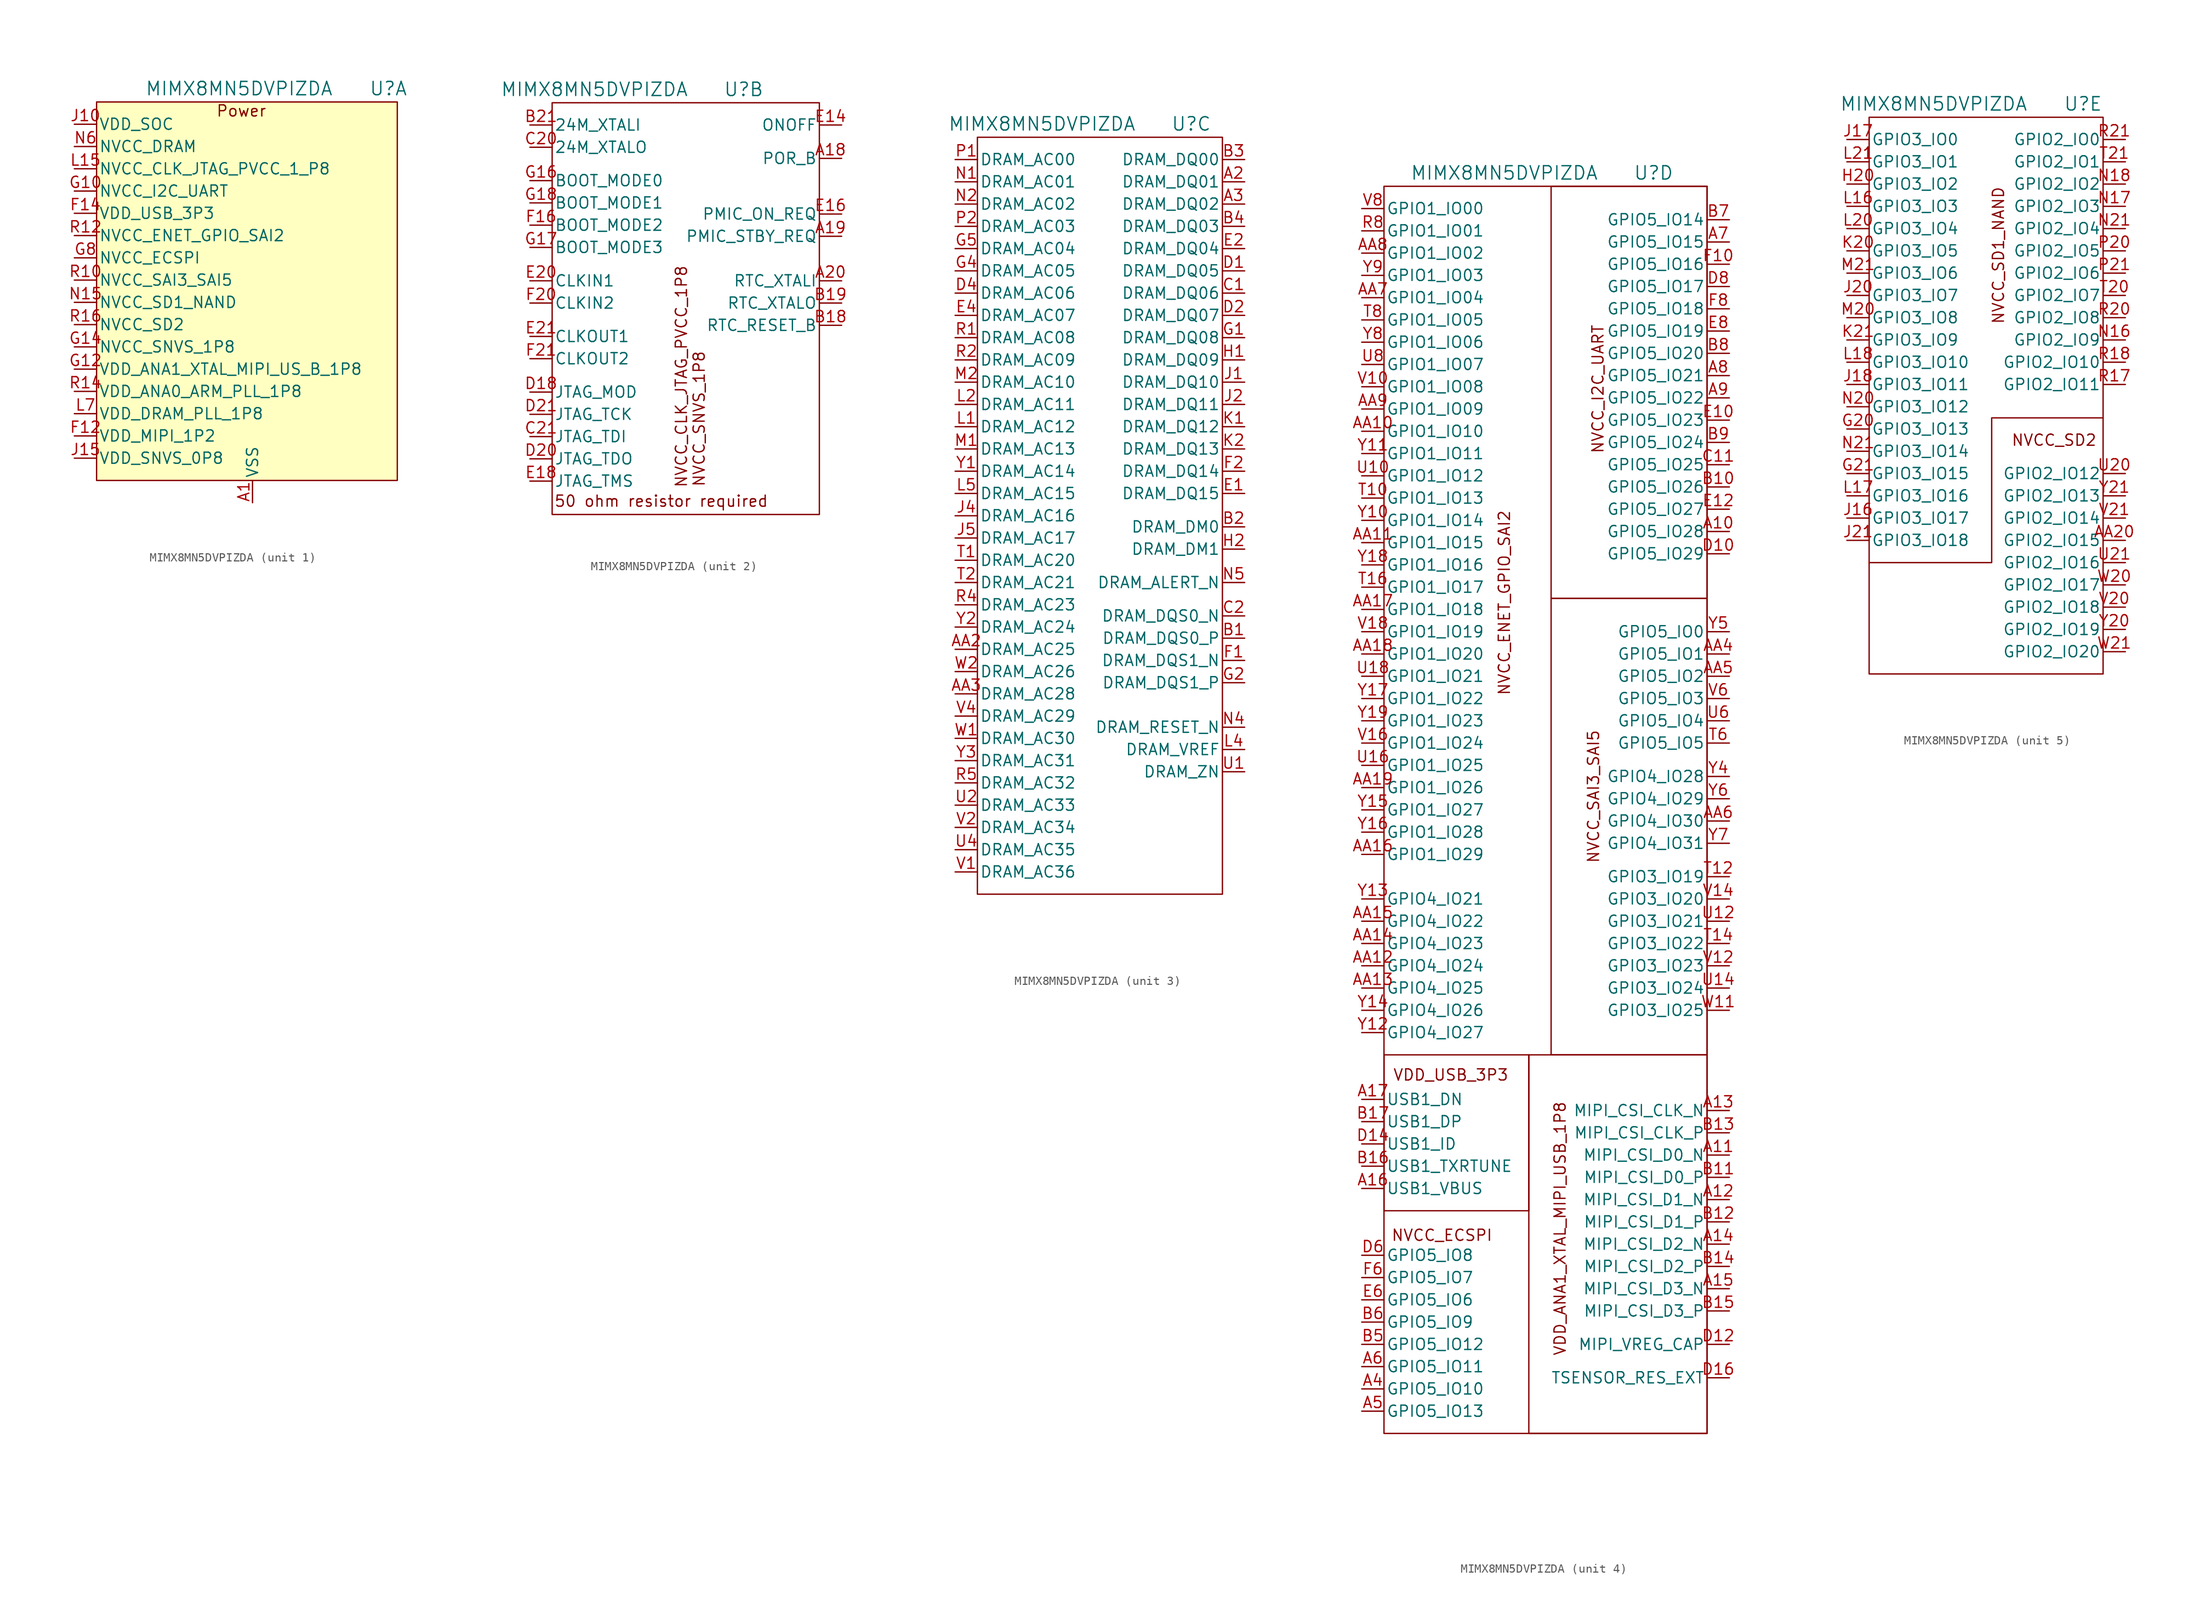
<source format=kicad_sym>
(kicad_symbol_lib
  (version 20241209)
  (generator "kicad_symbol_editor")
  (generator_version "9.0")
  (symbol "MIMX8MN5DVPIZDA"
    (pin_names
      (offset 0.254))
    (property "Reference" "U"
      (at -1.016 1.524 0)
      (effects (font (size 1.524 1.524))))
    (property "Value" "MIMX8MN5DVPIZDA"
      (at -18.034 1.524 0)
      (effects (font (size 1.524 1.524))))
    (property "ki_locked" ""
      (at 0 0 0)
      (effects (font (size 1.27 1.27))))
    (symbol "MIMX8MN5DVPIZDA_1_0"
      (pin power_in line (at -36.83 -2.54 0) (length 2.54) (name "VDD_SOC" (effects (font (size 1.27 1.27)))) (number "J10" (effects (font (size 1.27 1.27)))))
      (pin power_in line (at -36.83 -2.54 0) (length 2.54) (hide yes) (name "VDD_SOC" (effects (font (size 1.27 1.27)))) (number "J11" (effects (font (size 1.27 1.27)))))
      (pin power_in line (at -36.83 -2.54 0) (length 2.54) (hide yes) (name "VDD_SOC" (effects (font (size 1.27 1.27)))) (number "J12" (effects (font (size 1.27 1.27)))))
      (pin power_in line (at -36.83 -2.54 0) (length 2.54) (hide yes) (name "VDD_SOC" (effects (font (size 1.27 1.27)))) (number "J13" (effects (font (size 1.27 1.27)))))
      (pin power_in line (at -36.83 -2.54 0) (length 2.54) (hide yes) (name "VDD_SOC" (effects (font (size 1.27 1.27)))) (number "J9" (effects (font (size 1.27 1.27)))))
      (pin power_in line (at -36.83 -2.54 0) (length 2.54) (hide yes) (name "VDD_SOC" (effects (font (size 1.27 1.27)))) (number "K10" (effects (font (size 1.27 1.27)))))
      (pin power_in line (at -36.83 -2.54 0) (length 2.54) (hide yes) (name "VDD_SOC" (effects (font (size 1.27 1.27)))) (number "K12" (effects (font (size 1.27 1.27)))))
      (pin power_in line (at -36.83 -2.54 0) (length 2.54) (hide yes) (name "VDD_SOC" (effects (font (size 1.27 1.27)))) (number "L10" (effects (font (size 1.27 1.27)))))
      (pin power_in line (at -36.83 -2.54 0) (length 2.54) (hide yes) (name "VDD_SOC" (effects (font (size 1.27 1.27)))) (number "L12" (effects (font (size 1.27 1.27)))))
      (pin power_in line (at -36.83 -2.54 0) (length 2.54) (hide yes) (name "VDD_SOC" (effects (font (size 1.27 1.27)))) (number "L13" (effects (font (size 1.27 1.27)))))
      (pin power_in line (at -36.83 -2.54 0) (length 2.54) (hide yes) (name "VDD_SOC" (effects (font (size 1.27 1.27)))) (number "L9" (effects (font (size 1.27 1.27)))))
      (pin power_in line (at -36.83 -2.54 0) (length 2.54) (hide yes) (name "VDD_SOC" (effects (font (size 1.27 1.27)))) (number "M10" (effects (font (size 1.27 1.27)))))
      (pin power_in line (at -36.83 -2.54 0) (length 2.54) (hide yes) (name "VDD_SOC" (effects (font (size 1.27 1.27)))) (number "M12" (effects (font (size 1.27 1.27)))))
      (pin power_in line (at -36.83 -2.54 0) (length 2.54) (hide yes) (name "VDD_SOC" (effects (font (size 1.27 1.27)))) (number "N10" (effects (font (size 1.27 1.27)))))
      (pin power_in line (at -36.83 -2.54 0) (length 2.54) (hide yes) (name "VDD_SOC" (effects (font (size 1.27 1.27)))) (number "N11" (effects (font (size 1.27 1.27)))))
      (pin power_in line (at -36.83 -2.54 0) (length 2.54) (hide yes) (name "VDD_SOC" (effects (font (size 1.27 1.27)))) (number "N12" (effects (font (size 1.27 1.27)))))
      (pin power_in line (at -36.83 -2.54 0) (length 2.54) (hide yes) (name "VDD_SOC" (effects (font (size 1.27 1.27)))) (number "N13" (effects (font (size 1.27 1.27)))))
      (pin power_in line (at -36.83 -2.54 0) (length 2.54) (hide yes) (name "VDD_SOC" (effects (font (size 1.27 1.27)))) (number "N9" (effects (font (size 1.27 1.27)))))
      (pin power_in line (at -36.83 -5.08 0) (length 2.54) (hide yes) (name "NVCC_DRAM" (effects (font (size 1.27 1.27)))) (number "G6" (effects (font (size 1.27 1.27)))))
      (pin power_in line (at -36.83 -5.08 0) (length 2.54) (hide yes) (name "NVCC_DRAM" (effects (font (size 1.27 1.27)))) (number "J6" (effects (font (size 1.27 1.27)))))
      (pin power_in line (at -36.83 -5.08 0) (length 2.54) (hide yes) (name "NVCC_DRAM" (effects (font (size 1.27 1.27)))) (number "J7" (effects (font (size 1.27 1.27)))))
      (pin power_in line (at -36.83 -5.08 0) (length 2.54) (hide yes) (name "NVCC_DRAM" (effects (font (size 1.27 1.27)))) (number "L6" (effects (font (size 1.27 1.27)))))
      (pin power_in line (at -36.83 -5.08 0) (length 2.54) (name "NVCC_DRAM" (effects (font (size 1.27 1.27)))) (number "N6" (effects (font (size 1.27 1.27)))))
      (pin power_in line (at -36.83 -5.08 0) (length 2.54) (hide yes) (name "NVCC_DRAM" (effects (font (size 1.27 1.27)))) (number "N7" (effects (font (size 1.27 1.27)))))
      (pin power_in line (at -36.83 -5.08 0) (length 2.54) (hide yes) (name "NVCC_DRAM" (effects (font (size 1.27 1.27)))) (number "R6" (effects (font (size 1.27 1.27)))))
      (pin power_in line (at -36.83 -7.62 0) (length 2.54) (name "NVCC_CLK_JTAG_PVCC_1_P8" (effects (font (size 1.27 1.27)))) (number "L15" (effects (font (size 1.27 1.27)))))
      (pin power_in line (at -36.83 -10.16 0) (length 2.54) (name "NVCC_I2C_UART" (effects (font (size 1.27 1.27)))) (number "G10" (effects (font (size 1.27 1.27)))))
      (pin power_in line (at -36.83 -12.7 0) (length 2.54) (name "VDD_USB_3P3" (effects (font (size 1.27 1.27)))) (number "F14" (effects (font (size 1.27 1.27)))))
      (pin power_in line (at -36.83 -15.24 0) (length 2.54) (name "NVCC_ENET_GPIO_SAI2" (effects (font (size 1.27 1.27)))) (number "R12" (effects (font (size 1.27 1.27)))))
      (pin power_in line (at -36.83 -17.78 0) (length 2.54) (name "NVCC_ECSPI" (effects (font (size 1.27 1.27)))) (number "G8" (effects (font (size 1.27 1.27)))))
      (pin power_in line (at -36.83 -20.32 0) (length 2.54) (name "NVCC_SAI3_SAI5" (effects (font (size 1.27 1.27)))) (number "R10" (effects (font (size 1.27 1.27)))))
      (pin power_in line (at -36.83 -22.86 0) (length 2.54) (name "NVCC_SD1_NAND" (effects (font (size 1.27 1.27)))) (number "N15" (effects (font (size 1.27 1.27)))))
      (pin power_in line (at -36.83 -25.4 0) (length 2.54) (name "NVCC_SD2" (effects (font (size 1.27 1.27)))) (number "R16" (effects (font (size 1.27 1.27)))))
      (pin power_in line (at -36.83 -27.94 0) (length 2.54) (name "NVCC_SNVS_1P8" (effects (font (size 1.27 1.27)))) (number "G14" (effects (font (size 1.27 1.27)))))
      (pin power_in line (at -36.83 -30.48 0) (length 2.54) (name "VDD_ANA1_XTAL_MIPI_US_B_1P8" (effects (font (size 1.27 1.27)))) (number "G12" (effects (font (size 1.27 1.27)))))
      (pin power_in line (at -36.83 -33.02 0) (length 2.54) (name "VDD_ANA0_ARM_PLL_1P8" (effects (font (size 1.27 1.27)))) (number "R14" (effects (font (size 1.27 1.27)))))
      (pin power_in line (at -36.83 -35.56 0) (length 2.54) (name "VDD_DRAM_PLL_1P8" (effects (font (size 1.27 1.27)))) (number "L7" (effects (font (size 1.27 1.27)))))
      (pin power_in line (at -36.83 -38.1 0) (length 2.54) (name "VDD_MIPI_1P2" (effects (font (size 1.27 1.27)))) (number "F12" (effects (font (size 1.27 1.27)))))
      (pin power_in line (at -36.83 -40.64 0) (length 2.54) (name "VDD_SNVS_0P8" (effects (font (size 1.27 1.27)))) (number "J15" (effects (font (size 1.27 1.27)))))
      (pin power_in line (at -16.51 -45.72 90) (length 2.54) (name "VSS" (effects (font (size 1.27 1.27)))) (number "A1" (effects (font (size 1.27 1.27)))))
      (pin power_in line (at -16.51 -45.72 90) (length 2.54) (hide yes) (name "VSS" (effects (font (size 1.27 1.27)))) (number "A21" (effects (font (size 1.27 1.27)))))
      (pin power_in line (at -16.51 -45.72 90) (length 2.54) (hide yes) (name "VSS" (effects (font (size 1.27 1.27)))) (number "AA1" (effects (font (size 1.27 1.27)))))
      (pin power_in line (at -16.51 -45.72 90) (length 2.54) (hide yes) (name "VSS" (effects (font (size 1.27 1.27)))) (number "AA21" (effects (font (size 1.27 1.27)))))
      (pin power_in line (at -16.51 -45.72 90) (length 2.54) (hide yes) (name "VSS" (effects (font (size 1.27 1.27)))) (number "B20" (effects (font (size 1.27 1.27)))))
      (pin power_in line (at -16.51 -45.72 90) (length 2.54) (hide yes) (name "VSS" (effects (font (size 1.27 1.27)))) (number "C10" (effects (font (size 1.27 1.27)))))
      (pin power_in line (at -16.51 -45.72 90) (length 2.54) (hide yes) (name "VSS" (effects (font (size 1.27 1.27)))) (number "C12" (effects (font (size 1.27 1.27)))))
      (pin power_in line (at -16.51 -45.72 90) (length 2.54) (hide yes) (name "VSS" (effects (font (size 1.27 1.27)))) (number "C14" (effects (font (size 1.27 1.27)))))
      (pin power_in line (at -16.51 -45.72 90) (length 2.54) (hide yes) (name "VSS" (effects (font (size 1.27 1.27)))) (number "C16" (effects (font (size 1.27 1.27)))))
      (pin power_in line (at -16.51 -45.72 90) (length 2.54) (hide yes) (name "VSS" (effects (font (size 1.27 1.27)))) (number "C18" (effects (font (size 1.27 1.27)))))
      (pin power_in line (at -16.51 -45.72 90) (length 2.54) (hide yes) (name "VSS" (effects (font (size 1.27 1.27)))) (number "C4" (effects (font (size 1.27 1.27)))))
      (pin power_in line (at -16.51 -45.72 90) (length 2.54) (hide yes) (name "VSS" (effects (font (size 1.27 1.27)))) (number "C6" (effects (font (size 1.27 1.27)))))
      (pin power_in line (at -16.51 -45.72 90) (length 2.54) (hide yes) (name "VSS" (effects (font (size 1.27 1.27)))) (number "C8" (effects (font (size 1.27 1.27)))))
      (pin power_in line (at -16.51 -45.72 90) (length 2.54) (hide yes) (name "VSS" (effects (font (size 1.27 1.27)))) (number "E19" (effects (font (size 1.27 1.27)))))
      (pin power_in line (at -16.51 -45.72 90) (length 2.54) (hide yes) (name "VSS" (effects (font (size 1.27 1.27)))) (number "E3" (effects (font (size 1.27 1.27)))))
      (pin power_in line (at -16.51 -45.72 90) (length 2.54) (hide yes) (name "VSS" (effects (font (size 1.27 1.27)))) (number "G19" (effects (font (size 1.27 1.27)))))
      (pin power_in line (at -16.51 -45.72 90) (length 2.54) (hide yes) (name "VSS" (effects (font (size 1.27 1.27)))) (number "G3" (effects (font (size 1.27 1.27)))))
      (pin power_in line (at -16.51 -45.72 90) (length 2.54) (hide yes) (name "VSS" (effects (font (size 1.27 1.27)))) (number "H10" (effects (font (size 1.27 1.27)))))
      (pin power_in line (at -16.51 -45.72 90) (length 2.54) (hide yes) (name "VSS" (effects (font (size 1.27 1.27)))) (number "H12" (effects (font (size 1.27 1.27)))))
      (pin power_in line (at -16.51 -45.72 90) (length 2.54) (hide yes) (name "VSS" (effects (font (size 1.27 1.27)))) (number "H14" (effects (font (size 1.27 1.27)))))
      (pin power_in line (at -16.51 -45.72 90) (length 2.54) (hide yes) (name "VSS" (effects (font (size 1.27 1.27)))) (number "H8" (effects (font (size 1.27 1.27)))))
      (pin power_in line (at -16.51 -45.72 90) (length 2.54) (hide yes) (name "VSS" (effects (font (size 1.27 1.27)))) (number "J14" (effects (font (size 1.27 1.27)))))
      (pin power_in line (at -16.51 -45.72 90) (length 2.54) (hide yes) (name "VSS" (effects (font (size 1.27 1.27)))) (number "J19" (effects (font (size 1.27 1.27)))))
      (pin power_in line (at -16.51 -45.72 90) (length 2.54) (hide yes) (name "VSS" (effects (font (size 1.27 1.27)))) (number "J3" (effects (font (size 1.27 1.27)))))
      (pin power_in line (at -16.51 -45.72 90) (length 2.54) (hide yes) (name "VSS" (effects (font (size 1.27 1.27)))) (number "J8" (effects (font (size 1.27 1.27)))))
      (pin power_in line (at -16.51 -45.72 90) (length 2.54) (hide yes) (name "VSS" (effects (font (size 1.27 1.27)))) (number "K11" (effects (font (size 1.27 1.27)))))
      (pin power_in line (at -16.51 -45.72 90) (length 2.54) (hide yes) (name "VSS" (effects (font (size 1.27 1.27)))) (number "L14" (effects (font (size 1.27 1.27)))))
      (pin power_in line (at -16.51 -45.72 90) (length 2.54) (hide yes) (name "VSS" (effects (font (size 1.27 1.27)))) (number "L19" (effects (font (size 1.27 1.27)))))
      (pin power_in line (at -16.51 -45.72 90) (length 2.54) (hide yes) (name "VSS" (effects (font (size 1.27 1.27)))) (number "L3" (effects (font (size 1.27 1.27)))))
      (pin power_in line (at -16.51 -45.72 90) (length 2.54) (hide yes) (name "VSS" (effects (font (size 1.27 1.27)))) (number "L8" (effects (font (size 1.27 1.27)))))
      (pin power_in line (at -16.51 -45.72 90) (length 2.54) (hide yes) (name "VSS" (effects (font (size 1.27 1.27)))) (number "M11" (effects (font (size 1.27 1.27)))))
      (pin power_in line (at -16.51 -45.72 90) (length 2.54) (hide yes) (name "VSS" (effects (font (size 1.27 1.27)))) (number "N14" (effects (font (size 1.27 1.27)))))
      (pin power_in line (at -16.51 -45.72 90) (length 2.54) (hide yes) (name "VSS" (effects (font (size 1.27 1.27)))) (number "N19" (effects (font (size 1.27 1.27)))))
      (pin power_in line (at -16.51 -45.72 90) (length 2.54) (hide yes) (name "VSS" (effects (font (size 1.27 1.27)))) (number "N3" (effects (font (size 1.27 1.27)))))
      (pin power_in line (at -16.51 -45.72 90) (length 2.54) (hide yes) (name "VSS" (effects (font (size 1.27 1.27)))) (number "N8" (effects (font (size 1.27 1.27)))))
      (pin power_in line (at -16.51 -45.72 90) (length 2.54) (hide yes) (name "VSS" (effects (font (size 1.27 1.27)))) (number "P10" (effects (font (size 1.27 1.27)))))
      (pin power_in line (at -16.51 -45.72 90) (length 2.54) (hide yes) (name "VSS" (effects (font (size 1.27 1.27)))) (number "P12" (effects (font (size 1.27 1.27)))))
      (pin power_in line (at -16.51 -45.72 90) (length 2.54) (hide yes) (name "VSS" (effects (font (size 1.27 1.27)))) (number "P14" (effects (font (size 1.27 1.27)))))
      (pin power_in line (at -16.51 -45.72 90) (length 2.54) (hide yes) (name "VSS" (effects (font (size 1.27 1.27)))) (number "P8" (effects (font (size 1.27 1.27)))))
      (pin power_in line (at -16.51 -45.72 90) (length 2.54) (hide yes) (name "VSS" (effects (font (size 1.27 1.27)))) (number "R19" (effects (font (size 1.27 1.27)))))
      (pin power_in line (at -16.51 -45.72 90) (length 2.54) (hide yes) (name "VSS" (effects (font (size 1.27 1.27)))) (number "R3" (effects (font (size 1.27 1.27)))))
      (pin power_in line (at -16.51 -45.72 90) (length 2.54) (hide yes) (name "VSS" (effects (font (size 1.27 1.27)))) (number "U19" (effects (font (size 1.27 1.27)))))
      (pin power_in line (at -16.51 -45.72 90) (length 2.54) (hide yes) (name "VSS" (effects (font (size 1.27 1.27)))) (number "U3" (effects (font (size 1.27 1.27)))))
      (pin power_in line (at -16.51 -45.72 90) (length 2.54) (hide yes) (name "VSS" (effects (font (size 1.27 1.27)))) (number "W10" (effects (font (size 1.27 1.27)))))
      (pin power_in line (at -16.51 -45.72 90) (length 2.54) (hide yes) (name "VSS" (effects (font (size 1.27 1.27)))) (number "W12" (effects (font (size 1.27 1.27)))))
      (pin power_in line (at -16.51 -45.72 90) (length 2.54) (hide yes) (name "VSS" (effects (font (size 1.27 1.27)))) (number "W14" (effects (font (size 1.27 1.27)))))
      (pin power_in line (at -16.51 -45.72 90) (length 2.54) (hide yes) (name "VSS" (effects (font (size 1.27 1.27)))) (number "W16" (effects (font (size 1.27 1.27)))))
      (pin power_in line (at -16.51 -45.72 90) (length 2.54) (hide yes) (name "VSS" (effects (font (size 1.27 1.27)))) (number "W18" (effects (font (size 1.27 1.27)))))
      (pin power_in line (at -16.51 -45.72 90) (length 2.54) (hide yes) (name "VSS" (effects (font (size 1.27 1.27)))) (number "W4" (effects (font (size 1.27 1.27)))))
      (pin power_in line (at -16.51 -45.72 90) (length 2.54) (hide yes) (name "VSS" (effects (font (size 1.27 1.27)))) (number "W6" (effects (font (size 1.27 1.27)))))
      (pin power_in line (at -16.51 -45.72 90) (length 2.54) (hide yes) (name "VSS" (effects (font (size 1.27 1.27)))) (number "W8" (effects (font (size 1.27 1.27))))))
    (symbol "MIMX8MN5DVPIZDA_1_1"
      (rectangle (start -34.29 0) (end 0 -43.18) (stroke (width 0) (type solid)) (fill (type background)))
      (text "Power" (at -17.78 -1.016 0) (effects (font (size 1.27 1.27)))))
    (symbol "MIMX8MN5DVPIZDA_2_1"
      (rectangle (start -22.86 0) (end 7.62 -46.99) (stroke (width 0) (type default)) (fill (type none)))
      (text "50 ohm resistor required" (at -10.414 -45.466 0) (effects (font (size 1.27 1.27))))
      (text "NVCC_CLK_JTAG_PVCC_1P8" (at -8.128 -31.242 900) (effects (font (size 1.27 1.27))))
      (text "NVCC_SNVS_1P8" (at -6.096 -36.068 900) (effects (font (size 1.27 1.27))))
      (pin input line (at -25.4 -2.54 0) (length 2.54) (name "24M_XTALI" (effects (font (size 1.27 1.27)))) (number "B21" (effects (font (size 1.27 1.27)))))
      (pin output line (at -25.4 -5.08 0) (length 2.54) (name "24M_XTALO" (effects (font (size 1.27 1.27)))) (number "C20" (effects (font (size 1.27 1.27)))))
      (pin input line (at -25.4 -8.89 0) (length 2.54) (name "BOOT_MODE0" (effects (font (size 1.27 1.27)))) (number "G16" (effects (font (size 1.27 1.27)))))
      (pin input line (at -25.4 -11.43 0) (length 2.54) (name "BOOT_MODE1" (effects (font (size 1.27 1.27)))) (number "G18" (effects (font (size 1.27 1.27)))))
      (pin input line (at -25.4 -13.97 0) (length 2.54) (name "BOOT_MODE2" (effects (font (size 1.27 1.27)))) (number "F16" (effects (font (size 1.27 1.27)))))
      (pin input line (at -25.4 -16.51 0) (length 2.54) (name "BOOT_MODE3" (effects (font (size 1.27 1.27)))) (number "G17" (effects (font (size 1.27 1.27)))))
      (pin input line (at -25.4 -20.32 0) (length 2.54) (name "CLKIN1" (effects (font (size 1.27 1.27)))) (number "E20" (effects (font (size 1.27 1.27)))))
      (pin input line (at -25.4 -22.86 0) (length 2.54) (name "CLKIN2" (effects (font (size 1.27 1.27)))) (number "F20" (effects (font (size 1.27 1.27)))))
      (pin output line (at -25.4 -26.67 0) (length 2.54) (name "CLKOUT1" (effects (font (size 1.27 1.27)))) (number "E21" (effects (font (size 1.27 1.27)))))
      (pin output line (at -25.4 -29.21 0) (length 2.54) (name "CLKOUT2" (effects (font (size 1.27 1.27)))) (number "F21" (effects (font (size 1.27 1.27)))))
      (pin input line (at -25.4 -33.02 0) (length 2.54) (name "JTAG_MOD" (effects (font (size 1.27 1.27)))) (number "D18" (effects (font (size 1.27 1.27)))))
      (pin input line (at -25.4 -35.56 0) (length 2.54) (name "JTAG_TCK" (effects (font (size 1.27 1.27)))) (number "D21" (effects (font (size 1.27 1.27)))))
      (pin input line (at -25.4 -38.1 0) (length 2.54) (name "JTAG_TDI" (effects (font (size 1.27 1.27)))) (number "C21" (effects (font (size 1.27 1.27)))))
      (pin input line (at -25.4 -40.64 0) (length 2.54) (name "JTAG_TDO" (effects (font (size 1.27 1.27)))) (number "D20" (effects (font (size 1.27 1.27)))))
      (pin input line (at -25.4 -43.18 0) (length 2.54) (name "JTAG_TMS" (effects (font (size 1.27 1.27)))) (number "E18" (effects (font (size 1.27 1.27)))))
      (pin input line (at 10.16 -2.54 180) (length 2.54) (name "ONOFF" (effects (font (size 1.27 1.27)))) (number "E14" (effects (font (size 1.27 1.27)))))
      (pin input line (at 10.16 -6.35 180) (length 2.54) (name "POR_B" (effects (font (size 1.27 1.27)))) (number "A18" (effects (font (size 1.27 1.27)))))
      (pin output line (at 10.16 -12.7 180) (length 2.54) (name "PMIC_ON_REQ" (effects (font (size 1.27 1.27)))) (number "E16" (effects (font (size 1.27 1.27)))))
      (pin output line (at 10.16 -15.24 180) (length 2.54) (name "PMIC_STBY_REQ" (effects (font (size 1.27 1.27)))) (number "A19" (effects (font (size 1.27 1.27)))))
      (pin input line (at 10.16 -20.32 180) (length 2.54) (name "RTC_XTALI" (effects (font (size 1.27 1.27)))) (number "A20" (effects (font (size 1.27 1.27)))))
      (pin output line (at 10.16 -22.86 180) (length 2.54) (name "RTC_XTALO" (effects (font (size 1.27 1.27)))) (number "B19" (effects (font (size 1.27 1.27)))))
      (pin input line (at 10.16 -25.4 180) (length 2.54) (name "RTC_RESET_B" (effects (font (size 1.27 1.27)))) (number "B18" (effects (font (size 1.27 1.27))))))
    (symbol "MIMX8MN5DVPIZDA_3_1"
      (rectangle (start -25.4 0) (end 2.54 -86.36) (stroke (width 0) (type default)) (fill (type none)))
      (pin output line (at -27.94 -2.54 0) (length 2.54) (name "DRAM_AC00" (effects (font (size 1.27 1.27)))) (number "P1" (effects (font (size 1.27 1.27)))))
      (pin output line (at -27.94 -5.08 0) (length 2.54) (name "DRAM_AC01" (effects (font (size 1.27 1.27)))) (number "N1" (effects (font (size 1.27 1.27)))))
      (pin input line (at -27.94 -7.62 0) (length 2.54) (name "DRAM_AC02" (effects (font (size 1.27 1.27)))) (number "N2" (effects (font (size 1.27 1.27)))))
      (pin input line (at -27.94 -10.16 0) (length 2.54) (name "DRAM_AC03" (effects (font (size 1.27 1.27)))) (number "P2" (effects (font (size 1.27 1.27)))))
      (pin input line (at -27.94 -12.7 0) (length 2.54) (name "DRAM_AC04" (effects (font (size 1.27 1.27)))) (number "G5" (effects (font (size 1.27 1.27)))))
      (pin input line (at -27.94 -15.24 0) (length 2.54) (name "DRAM_AC05" (effects (font (size 1.27 1.27)))) (number "G4" (effects (font (size 1.27 1.27)))))
      (pin input line (at -27.94 -17.78 0) (length 2.54) (name "DRAM_AC06" (effects (font (size 1.27 1.27)))) (number "D4" (effects (font (size 1.27 1.27)))))
      (pin input line (at -27.94 -20.32 0) (length 2.54) (name "DRAM_AC07" (effects (font (size 1.27 1.27)))) (number "E4" (effects (font (size 1.27 1.27)))))
      (pin input line (at -27.94 -22.86 0) (length 2.54) (name "DRAM_AC08" (effects (font (size 1.27 1.27)))) (number "R1" (effects (font (size 1.27 1.27)))))
      (pin input line (at -27.94 -25.4 0) (length 2.54) (name "DRAM_AC09" (effects (font (size 1.27 1.27)))) (number "R2" (effects (font (size 1.27 1.27)))))
      (pin input line (at -27.94 -27.94 0) (length 2.54) (name "DRAM_AC10" (effects (font (size 1.27 1.27)))) (number "M2" (effects (font (size 1.27 1.27)))))
      (pin input line (at -27.94 -30.48 0) (length 2.54) (name "DRAM_AC11" (effects (font (size 1.27 1.27)))) (number "L2" (effects (font (size 1.27 1.27)))))
      (pin input line (at -27.94 -33.02 0) (length 2.54) (name "DRAM_AC12" (effects (font (size 1.27 1.27)))) (number "L1" (effects (font (size 1.27 1.27)))))
      (pin input line (at -27.94 -35.56 0) (length 2.54) (name "DRAM_AC13" (effects (font (size 1.27 1.27)))) (number "M1" (effects (font (size 1.27 1.27)))))
      (pin input line (at -27.94 -38.1 0) (length 2.54) (name "DRAM_AC14" (effects (font (size 1.27 1.27)))) (number "Y1" (effects (font (size 1.27 1.27)))))
      (pin input line (at -27.94 -40.64 0) (length 2.54) (name "DRAM_AC15" (effects (font (size 1.27 1.27)))) (number "L5" (effects (font (size 1.27 1.27)))))
      (pin input line (at -27.94 -43.18 0) (length 2.54) (name "DRAM_AC16" (effects (font (size 1.27 1.27)))) (number "J4" (effects (font (size 1.27 1.27)))))
      (pin input line (at -27.94 -45.72 0) (length 2.54) (name "DRAM_AC17" (effects (font (size 1.27 1.27)))) (number "J5" (effects (font (size 1.27 1.27)))))
      (pin output line (at -27.94 -48.26 0) (length 2.54) (name "DRAM_AC20" (effects (font (size 1.27 1.27)))) (number "T1" (effects (font (size 1.27 1.27)))))
      (pin output line (at -27.94 -50.8 0) (length 2.54) (name "DRAM_AC21" (effects (font (size 1.27 1.27)))) (number "T2" (effects (font (size 1.27 1.27)))))
      (pin input line (at -27.94 -53.34 0) (length 2.54) (name "DRAM_AC23" (effects (font (size 1.27 1.27)))) (number "R4" (effects (font (size 1.27 1.27)))))
      (pin input line (at -27.94 -55.88 0) (length 2.54) (name "DRAM_AC24" (effects (font (size 1.27 1.27)))) (number "Y2" (effects (font (size 1.27 1.27)))))
      (pin input line (at -27.94 -58.42 0) (length 2.54) (name "DRAM_AC25" (effects (font (size 1.27 1.27)))) (number "AA2" (effects (font (size 1.27 1.27)))))
      (pin input line (at -27.94 -60.96 0) (length 2.54) (name "DRAM_AC26" (effects (font (size 1.27 1.27)))) (number "W2" (effects (font (size 1.27 1.27)))))
      (pin input line (at -27.94 -63.5 0) (length 2.54) (name "DRAM_AC28" (effects (font (size 1.27 1.27)))) (number "AA3" (effects (font (size 1.27 1.27)))))
      (pin input line (at -27.94 -66.04 0) (length 2.54) (name "DRAM_AC29" (effects (font (size 1.27 1.27)))) (number "V4" (effects (font (size 1.27 1.27)))))
      (pin input line (at -27.94 -68.58 0) (length 2.54) (name "DRAM_AC30" (effects (font (size 1.27 1.27)))) (number "W1" (effects (font (size 1.27 1.27)))))
      (pin input line (at -27.94 -71.12 0) (length 2.54) (name "DRAM_AC31" (effects (font (size 1.27 1.27)))) (number "Y3" (effects (font (size 1.27 1.27)))))
      (pin input line (at -27.94 -73.66 0) (length 2.54) (name "DRAM_AC32" (effects (font (size 1.27 1.27)))) (number "R5" (effects (font (size 1.27 1.27)))))
      (pin input line (at -27.94 -76.2 0) (length 2.54) (name "DRAM_AC33" (effects (font (size 1.27 1.27)))) (number "U2" (effects (font (size 1.27 1.27)))))
      (pin input line (at -27.94 -78.74 0) (length 2.54) (name "DRAM_AC34" (effects (font (size 1.27 1.27)))) (number "V2" (effects (font (size 1.27 1.27)))))
      (pin input line (at -27.94 -81.28 0) (length 2.54) (name "DRAM_AC35" (effects (font (size 1.27 1.27)))) (number "U4" (effects (font (size 1.27 1.27)))))
      (pin input line (at -27.94 -83.82 0) (length 2.54) (name "DRAM_AC36" (effects (font (size 1.27 1.27)))) (number "V1" (effects (font (size 1.27 1.27)))))
      (pin input line (at 5.08 -2.54 180) (length 2.54) (name "DRAM_DQ00" (effects (font (size 1.27 1.27)))) (number "B3" (effects (font (size 1.27 1.27)))))
      (pin input line (at 5.08 -5.08 180) (length 2.54) (name "DRAM_DQ01" (effects (font (size 1.27 1.27)))) (number "A2" (effects (font (size 1.27 1.27)))))
      (pin input line (at 5.08 -7.62 180) (length 2.54) (name "DRAM_DQ02" (effects (font (size 1.27 1.27)))) (number "A3" (effects (font (size 1.27 1.27)))))
      (pin input line (at 5.08 -10.16 180) (length 2.54) (name "DRAM_DQ03" (effects (font (size 1.27 1.27)))) (number "B4" (effects (font (size 1.27 1.27)))))
      (pin input line (at 5.08 -12.7 180) (length 2.54) (name "DRAM_DQ04" (effects (font (size 1.27 1.27)))) (number "E2" (effects (font (size 1.27 1.27)))))
      (pin input line (at 5.08 -15.24 180) (length 2.54) (name "DRAM_DQ05" (effects (font (size 1.27 1.27)))) (number "D1" (effects (font (size 1.27 1.27)))))
      (pin input line (at 5.08 -17.78 180) (length 2.54) (name "DRAM_DQ06" (effects (font (size 1.27 1.27)))) (number "C1" (effects (font (size 1.27 1.27)))))
      (pin input line (at 5.08 -20.32 180) (length 2.54) (name "DRAM_DQ07" (effects (font (size 1.27 1.27)))) (number "D2" (effects (font (size 1.27 1.27)))))
      (pin input line (at 5.08 -22.86 180) (length 2.54) (name "DRAM_DQ08" (effects (font (size 1.27 1.27)))) (number "G1" (effects (font (size 1.27 1.27)))))
      (pin input line (at 5.08 -25.4 180) (length 2.54) (name "DRAM_DQ09" (effects (font (size 1.27 1.27)))) (number "H1" (effects (font (size 1.27 1.27)))))
      (pin input line (at 5.08 -27.94 180) (length 2.54) (name "DRAM_DQ10" (effects (font (size 1.27 1.27)))) (number "J1" (effects (font (size 1.27 1.27)))))
      (pin input line (at 5.08 -30.48 180) (length 2.54) (name "DRAM_DQ11" (effects (font (size 1.27 1.27)))) (number "J2" (effects (font (size 1.27 1.27)))))
      (pin input line (at 5.08 -33.02 180) (length 2.54) (name "DRAM_DQ12" (effects (font (size 1.27 1.27)))) (number "K1" (effects (font (size 1.27 1.27)))))
      (pin input line (at 5.08 -35.56 180) (length 2.54) (name "DRAM_DQ13" (effects (font (size 1.27 1.27)))) (number "K2" (effects (font (size 1.27 1.27)))))
      (pin input line (at 5.08 -38.1 180) (length 2.54) (name "DRAM_DQ14" (effects (font (size 1.27 1.27)))) (number "F2" (effects (font (size 1.27 1.27)))))
      (pin input line (at 5.08 -40.64 180) (length 2.54) (name "DRAM_DQ15" (effects (font (size 1.27 1.27)))) (number "E1" (effects (font (size 1.27 1.27)))))
      (pin input line (at 5.08 -44.45 180) (length 2.54) (name "DRAM_DM0" (effects (font (size 1.27 1.27)))) (number "B2" (effects (font (size 1.27 1.27)))))
      (pin input line (at 5.08 -46.99 180) (length 2.54) (name "DRAM_DM1" (effects (font (size 1.27 1.27)))) (number "H2" (effects (font (size 1.27 1.27)))))
      (pin input line (at 5.08 -50.8 180) (length 2.54) (name "DRAM_ALERT_N" (effects (font (size 1.27 1.27)))) (number "N5" (effects (font (size 1.27 1.27)))))
      (pin input line (at 5.08 -54.61 180) (length 2.54) (name "DRAM_DQS0_N" (effects (font (size 1.27 1.27)))) (number "C2" (effects (font (size 1.27 1.27)))))
      (pin input line (at 5.08 -57.15 180) (length 2.54) (name "DRAM_DQS0_P" (effects (font (size 1.27 1.27)))) (number "B1" (effects (font (size 1.27 1.27)))))
      (pin input line (at 5.08 -59.69 180) (length 2.54) (name "DRAM_DQS1_N" (effects (font (size 1.27 1.27)))) (number "F1" (effects (font (size 1.27 1.27)))))
      (pin input line (at 5.08 -62.23 180) (length 2.54) (name "DRAM_DQS1_P" (effects (font (size 1.27 1.27)))) (number "G2" (effects (font (size 1.27 1.27)))))
      (pin output line (at 5.08 -67.31 180) (length 2.54) (name "DRAM_RESET_N" (effects (font (size 1.27 1.27)))) (number "N4" (effects (font (size 1.27 1.27)))))
      (pin passive line (at 5.08 -69.85 180) (length 2.54) (name "DRAM_VREF" (effects (font (size 1.27 1.27)))) (number "L4" (effects (font (size 1.27 1.27)))))
      (pin passive line (at 5.08 -72.39 180) (length 2.54) (name "DRAM_ZN" (effects (font (size 1.27 1.27)))) (number "U1" (effects (font (size 1.27 1.27))))))
    (symbol "MIMX8MN5DVPIZDA_4_1"
      (rectangle (start -31.75 0) (end 5.08 -142.24) (stroke (width 0) (type default)) (fill (type none)))
      (rectangle (start -31.75 -99.06) (end -15.24 -116.84) (stroke (width 0) (type default)) (fill (type none)))
      (rectangle (start -15.24 -99.06) (end 5.08 -142.24) (stroke (width 0) (type default)) (fill (type none)))
      (rectangle (start -12.7 -46.99) (end 5.08 -99.06) (stroke (width 0) (type default)) (fill (type none)))
      (rectangle (start 5.08 0) (end -12.7 -46.99) (stroke (width 0) (type default)) (fill (type none)))
      (text "NVCC_ECSPI" (at -25.146 -119.634 0) (effects (font (size 1.27 1.27))))
      (text "VDD_USB_3P3" (at -24.13 -101.346 0) (effects (font (size 1.27 1.27))))
      (text "NVCC_ENET_GPIO_SAI2" (at -18.034 -47.498 900) (effects (font (size 1.27 1.27))))
      (text "VDD_ANA1_XTAL_MIPI_USB_1P8" (at -11.684 -118.872 900) (effects (font (size 1.27 1.27))))
      (text "NVCC_SAI3_SAI5" (at -7.874 -69.596 900) (effects (font (size 1.27 1.27))))
      (text "NVCC_I2C_UART" (at -7.366 -23.114 900) (effects (font (size 1.27 1.27))))
      (pin input line (at -34.29 -2.54 0) (length 2.54) (name "GPIO1_IO00" (effects (font (size 1.27 1.27)))) (number "V8" (effects (font (size 1.27 1.27)))))
      (pin input line (at -34.29 -5.08 0) (length 2.54) (name "GPIO1_IO01" (effects (font (size 1.27 1.27)))) (number "R8" (effects (font (size 1.27 1.27)))))
      (pin input line (at -34.29 -7.62 0) (length 2.54) (name "GPIO1_IO02" (effects (font (size 1.27 1.27)))) (number "AA8" (effects (font (size 1.27 1.27)))))
      (pin input line (at -34.29 -10.16 0) (length 2.54) (name "GPIO1_IO03" (effects (font (size 1.27 1.27)))) (number "Y9" (effects (font (size 1.27 1.27)))))
      (pin input line (at -34.29 -12.7 0) (length 2.54) (name "GPIO1_IO04" (effects (font (size 1.27 1.27)))) (number "AA7" (effects (font (size 1.27 1.27)))))
      (pin input line (at -34.29 -15.24 0) (length 2.54) (name "GPIO1_IO05" (effects (font (size 1.27 1.27)))) (number "T8" (effects (font (size 1.27 1.27)))))
      (pin input line (at -34.29 -17.78 0) (length 2.54) (name "GPIO1_IO06" (effects (font (size 1.27 1.27)))) (number "Y8" (effects (font (size 1.27 1.27)))))
      (pin input line (at -34.29 -20.32 0) (length 2.54) (name "GPIO1_IO07" (effects (font (size 1.27 1.27)))) (number "U8" (effects (font (size 1.27 1.27)))))
      (pin input line (at -34.29 -22.86 0) (length 2.54) (name "GPIO1_IO08" (effects (font (size 1.27 1.27)))) (number "V10" (effects (font (size 1.27 1.27)))))
      (pin input line (at -34.29 -25.4 0) (length 2.54) (name "GPIO1_IO09" (effects (font (size 1.27 1.27)))) (number "AA9" (effects (font (size 1.27 1.27)))))
      (pin input line (at -34.29 -27.94 0) (length 2.54) (name "GPIO1_IO10" (effects (font (size 1.27 1.27)))) (number "AA10" (effects (font (size 1.27 1.27)))))
      (pin input line (at -34.29 -30.48 0) (length 2.54) (name "GPIO1_IO11" (effects (font (size 1.27 1.27)))) (number "Y11" (effects (font (size 1.27 1.27)))))
      (pin input line (at -34.29 -33.02 0) (length 2.54) (name "GPIO1_IO12" (effects (font (size 1.27 1.27)))) (number "U10" (effects (font (size 1.27 1.27)))))
      (pin input line (at -34.29 -35.56 0) (length 2.54) (name "GPIO1_IO13" (effects (font (size 1.27 1.27)))) (number "T10" (effects (font (size 1.27 1.27)))))
      (pin input line (at -34.29 -38.1 0) (length 2.54) (name "GPIO1_IO14" (effects (font (size 1.27 1.27)))) (number "Y10" (effects (font (size 1.27 1.27)))))
      (pin input line (at -34.29 -40.64 0) (length 2.54) (name "GPIO1_IO15" (effects (font (size 1.27 1.27)))) (number "AA11" (effects (font (size 1.27 1.27)))))
      (pin input line (at -34.29 -43.18 0) (length 2.54) (name "GPIO1_IO16" (effects (font (size 1.27 1.27)))) (number "Y18" (effects (font (size 1.27 1.27)))) (alternate "ENET_MDC" input line))
      (pin input line (at -34.29 -45.72 0) (length 2.54) (name "GPIO1_IO17" (effects (font (size 1.27 1.27)))) (number "T16" (effects (font (size 1.27 1.27)))) (alternate "ENET_MDIO" input line))
      (pin input line (at -34.29 -48.26 0) (length 2.54) (name "GPIO1_IO18" (effects (font (size 1.27 1.27)))) (number "AA17" (effects (font (size 1.27 1.27)))) (alternate "ENET_TD3" input line))
      (pin input line (at -34.29 -50.8 0) (length 2.54) (name "GPIO1_IO19" (effects (font (size 1.27 1.27)))) (number "V18" (effects (font (size 1.27 1.27)))) (alternate "ENET_TD2" input line))
      (pin input line (at -34.29 -53.34 0) (length 2.54) (name "GPIO1_IO20" (effects (font (size 1.27 1.27)))) (number "AA18" (effects (font (size 1.27 1.27)))) (alternate "ENET_TD1" input line))
      (pin input line (at -34.29 -55.88 0) (length 2.54) (name "GPIO1_IO21" (effects (font (size 1.27 1.27)))) (number "U18" (effects (font (size 1.27 1.27)))) (alternate "ENET_TD0" input line))
      (pin input line (at -34.29 -58.42 0) (length 2.54) (name "GPIO1_IO22" (effects (font (size 1.27 1.27)))) (number "Y17" (effects (font (size 1.27 1.27)))) (alternate "ENET_TX_CTL" input line))
      (pin input line (at -34.29 -60.96 0) (length 2.54) (name "GPIO1_IO23" (effects (font (size 1.27 1.27)))) (number "Y19" (effects (font (size 1.27 1.27)))) (alternate "ENET_TXC" input line))
      (pin input line (at -34.29 -63.5 0) (length 2.54) (name "GPIO1_IO24" (effects (font (size 1.27 1.27)))) (number "V16" (effects (font (size 1.27 1.27)))) (alternate "ENET_RX_CTL" input line))
      (pin input line (at -34.29 -66.04 0) (length 2.54) (name "GPIO1_IO25" (effects (font (size 1.27 1.27)))) (number "U16" (effects (font (size 1.27 1.27)))) (alternate "ENET_RXC" input line))
      (pin input line (at -34.29 -68.58 0) (length 2.54) (name "GPIO1_IO26" (effects (font (size 1.27 1.27)))) (number "AA19" (effects (font (size 1.27 1.27)))) (alternate "ENET_RD0" input line))
      (pin input line (at -34.29 -71.12 0) (length 2.54) (name "GPIO1_IO27" (effects (font (size 1.27 1.27)))) (number "Y15" (effects (font (size 1.27 1.27)))) (alternate "ENET_RD1" input line))
      (pin input line (at -34.29 -73.66 0) (length 2.54) (name "GPIO1_IO28" (effects (font (size 1.27 1.27)))) (number "Y16" (effects (font (size 1.27 1.27)))) (alternate "ENET_RD2" input line))
      (pin input line (at -34.29 -76.2 0) (length 2.54) (name "GPIO1_IO29" (effects (font (size 1.27 1.27)))) (number "AA16" (effects (font (size 1.27 1.27)))) (alternate "ENET_RD3" input line))
      (pin input line (at -34.29 -81.28 0) (length 2.54) (name "GPIO4_IO21" (effects (font (size 1.27 1.27)))) (number "Y13" (effects (font (size 1.27 1.27)))) (alternate "SAI2_RXFS" input line))
      (pin input line (at -34.29 -83.82 0) (length 2.54) (name "GPIO4_IO22" (effects (font (size 1.27 1.27)))) (number "AA15" (effects (font (size 1.27 1.27)))) (alternate "SAI2_RXC" input line))
      (pin input line (at -34.29 -86.36 0) (length 2.54) (name "GPIO4_IO23" (effects (font (size 1.27 1.27)))) (number "AA14" (effects (font (size 1.27 1.27)))) (alternate "SAI2_RXD0" input line))
      (pin input line (at -34.29 -88.9 0) (length 2.54) (name "GPIO4_IO24" (effects (font (size 1.27 1.27)))) (number "AA12" (effects (font (size 1.27 1.27)))) (alternate "SAI2_TXFS" input line))
      (pin input line (at -34.29 -91.44 0) (length 2.54) (name "GPIO4_IO25" (effects (font (size 1.27 1.27)))) (number "AA13" (effects (font (size 1.27 1.27)))) (alternate "SAI2_TXC" input line))
      (pin input line (at -34.29 -93.98 0) (length 2.54) (name "GPIO4_IO26" (effects (font (size 1.27 1.27)))) (number "Y14" (effects (font (size 1.27 1.27)))) (alternate "SAI2_TXD0" input line))
      (pin input line (at -34.29 -96.52 0) (length 2.54) (name "GPIO4_IO27" (effects (font (size 1.27 1.27)))) (number "Y12" (effects (font (size 1.27 1.27)))) (alternate "SAI2_MCLK" input line))
      (pin input line (at -34.29 -104.14 0) (length 2.54) (name "USB1_DN" (effects (font (size 1.27 1.27)))) (number "A17" (effects (font (size 1.27 1.27)))))
      (pin input line (at -34.29 -106.68 0) (length 2.54) (name "USB1_DP" (effects (font (size 1.27 1.27)))) (number "B17" (effects (font (size 1.27 1.27)))))
      (pin input line (at -34.29 -109.22 0) (length 2.54) (name "USB1_ID" (effects (font (size 1.27 1.27)))) (number "D14" (effects (font (size 1.27 1.27)))))
      (pin passive line (at -34.29 -111.76 0) (length 2.54) (name "USB1_TXRTUNE" (effects (font (size 1.27 1.27)))) (number "B16" (effects (font (size 1.27 1.27)))))
      (pin passive line (at -34.29 -114.3 0) (length 2.54) (name "USB1_VBUS" (effects (font (size 1.27 1.27)))) (number "A16" (effects (font (size 1.27 1.27)))))
      (pin input line (at -34.29 -121.92 0) (length 2.54) (name "GPIO5_IO8" (effects (font (size 1.27 1.27)))) (number "D6" (effects (font (size 1.27 1.27)))) (alternate "ECSPI1_MISO" input line))
      (pin input line (at -34.29 -124.46 0) (length 2.54) (name "GPIO5_IO7" (effects (font (size 1.27 1.27)))) (number "F6" (effects (font (size 1.27 1.27)))) (alternate "ECSPI1_MOSI" input line))
      (pin input line (at -34.29 -127 0) (length 2.54) (name "GPIO5_IO6" (effects (font (size 1.27 1.27)))) (number "E6" (effects (font (size 1.27 1.27)))) (alternate "ECSPI1_SCLK" input line))
      (pin input line (at -34.29 -129.54 0) (length 2.54) (name "GPIO5_IO9" (effects (font (size 1.27 1.27)))) (number "B6" (effects (font (size 1.27 1.27)))) (alternate "ECSPI1_SS0" input line))
      (pin input line (at -34.29 -132.08 0) (length 2.54) (name "GPIO5_IO12" (effects (font (size 1.27 1.27)))) (number "B5" (effects (font (size 1.27 1.27)))) (alternate "ECSPI2_MISO" input line))
      (pin input line (at -34.29 -134.62 0) (length 2.54) (name "GPIO5_IO11" (effects (font (size 1.27 1.27)))) (number "A6" (effects (font (size 1.27 1.27)))) (alternate "ECSPI2_MOSI" input line))
      (pin input line (at -34.29 -137.16 0) (length 2.54) (name "GPIO5_IO10" (effects (font (size 1.27 1.27)))) (number "A4" (effects (font (size 1.27 1.27)))) (alternate "ECSPI2_SCLK" input line))
      (pin input line (at -34.29 -139.7 0) (length 2.54) (name "GPIO5_IO13" (effects (font (size 1.27 1.27)))) (number "A5" (effects (font (size 1.27 1.27)))) (alternate "ECSPI2_SS0" input line))
      (pin input line (at 7.62 -3.81 180) (length 2.54) (name "GPIO5_IO14" (effects (font (size 1.27 1.27)))) (number "B7" (effects (font (size 1.27 1.27)))) (alternate "I2C1_SCL" input line))
      (pin input line (at 7.62 -6.35 180) (length 2.54) (name "GPIO5_IO15" (effects (font (size 1.27 1.27)))) (number "A7" (effects (font (size 1.27 1.27)))) (alternate "I2C1_SDA" input line))
      (pin input line (at 7.62 -8.89 180) (length 2.54) (name "GPIO5_IO16" (effects (font (size 1.27 1.27)))) (number "F10" (effects (font (size 1.27 1.27)))) (alternate "I2C2_SCL" input line))
      (pin input line (at 7.62 -11.43 180) (length 2.54) (name "GPIO5_IO17" (effects (font (size 1.27 1.27)))) (number "D8" (effects (font (size 1.27 1.27)))) (alternate "I2C2_SDA" input line))
      (pin input line (at 7.62 -13.97 180) (length 2.54) (name "GPIO5_IO18" (effects (font (size 1.27 1.27)))) (number "F8" (effects (font (size 1.27 1.27)))) (alternate "I2C3_SCL" input line))
      (pin input line (at 7.62 -16.51 180) (length 2.54) (name "GPIO5_IO19" (effects (font (size 1.27 1.27)))) (number "E8" (effects (font (size 1.27 1.27)))) (alternate "I2C3_SDA" input line))
      (pin input line (at 7.62 -19.05 180) (length 2.54) (name "GPIO5_IO20" (effects (font (size 1.27 1.27)))) (number "B8" (effects (font (size 1.27 1.27)))) (alternate "I2C4_SCL" input line))
      (pin input line (at 7.62 -21.59 180) (length 2.54) (name "GPIO5_IO21" (effects (font (size 1.27 1.27)))) (number "A8" (effects (font (size 1.27 1.27)))) (alternate "I2C4_SDA" input line))
      (pin input line (at 7.62 -24.13 180) (length 2.54) (name "GPIO5_IO22" (effects (font (size 1.27 1.27)))) (number "A9" (effects (font (size 1.27 1.27)))) (alternate "UART1_RXD" input line))
      (pin input line (at 7.62 -26.67 180) (length 2.54) (name "GPIO5_IO23" (effects (font (size 1.27 1.27)))) (number "E10" (effects (font (size 1.27 1.27)))) (alternate "UART1_TXD" input line))
      (pin input line (at 7.62 -29.21 180) (length 2.54) (name "GPIO5_IO24" (effects (font (size 1.27 1.27)))) (number "B9" (effects (font (size 1.27 1.27)))) (alternate "UART2_RXD" input line))
      (pin input line (at 7.62 -31.75 180) (length 2.54) (name "GPIO5_IO25" (effects (font (size 1.27 1.27)))) (number "C11" (effects (font (size 1.27 1.27)))) (alternate "UART2_TXD" input line))
      (pin input line (at 7.62 -34.29 180) (length 2.54) (name "GPIO5_IO26" (effects (font (size 1.27 1.27)))) (number "B10" (effects (font (size 1.27 1.27)))) (alternate "UART3_RXD" input line))
      (pin input line (at 7.62 -36.83 180) (length 2.54) (name "GPIO5_IO27" (effects (font (size 1.27 1.27)))) (number "E12" (effects (font (size 1.27 1.27)))) (alternate "UART3_TXD" input line))
      (pin input line (at 7.62 -39.37 180) (length 2.54) (name "GPIO5_IO28" (effects (font (size 1.27 1.27)))) (number "A10" (effects (font (size 1.27 1.27)))) (alternate "UART4_RXD" input line))
      (pin input line (at 7.62 -41.91 180) (length 2.54) (name "GPIO5_IO29" (effects (font (size 1.27 1.27)))) (number "D10" (effects (font (size 1.27 1.27)))) (alternate "UART4_TXD" input line))
      (pin input line (at 7.62 -50.8 180) (length 2.54) (name "GPIO5_IO0" (effects (font (size 1.27 1.27)))) (number "Y5" (effects (font (size 1.27 1.27)))) (alternate "SAI3_TXC" input line))
      (pin input line (at 7.62 -53.34 180) (length 2.54) (name "GPIO5_IO1" (effects (font (size 1.27 1.27)))) (number "AA4" (effects (font (size 1.27 1.27)))) (alternate "SAI3_TXD" input line))
      (pin input line (at 7.62 -55.88 180) (length 2.54) (name "GPIO5_IO2" (effects (font (size 1.27 1.27)))) (number "AA5" (effects (font (size 1.27 1.27)))) (alternate "SAI3_MCLK" input line))
      (pin input line (at 7.62 -58.42 180) (length 2.54) (name "GPIO5_IO3" (effects (font (size 1.27 1.27)))) (number "V6" (effects (font (size 1.27 1.27)))))
      (pin input line (at 7.62 -60.96 180) (length 2.54) (name "GPIO5_IO4" (effects (font (size 1.27 1.27)))) (number "U6" (effects (font (size 1.27 1.27)))) (alternate "SPDIF_RX" input line))
      (pin input line (at 7.62 -63.5 180) (length 2.54) (name "GPIO5_IO5" (effects (font (size 1.27 1.27)))) (number "T6" (effects (font (size 1.27 1.27)))) (alternate "SPDIF_EXT_CLK" input line))
      (pin input line (at 7.62 -67.31 180) (length 2.54) (name "GPIO4_IO28" (effects (font (size 1.27 1.27)))) (number "Y4" (effects (font (size 1.27 1.27)))) (alternate "SAI3_RXFS" input line))
      (pin input line (at 7.62 -69.85 180) (length 2.54) (name "GPIO4_IO29" (effects (font (size 1.27 1.27)))) (number "Y6" (effects (font (size 1.27 1.27)))) (alternate "SAI3_RXC" input line))
      (pin input line (at 7.62 -72.39 180) (length 2.54) (name "GPIO4_IO30" (effects (font (size 1.27 1.27)))) (number "AA6" (effects (font (size 1.27 1.27)))) (alternate "SAI3_RXD" input line))
      (pin input line (at 7.62 -74.93 180) (length 2.54) (name "GPIO4_IO31" (effects (font (size 1.27 1.27)))) (number "Y7" (effects (font (size 1.27 1.27)))) (alternate "SAI3_TXFS" input line))
      (pin input line (at 7.62 -78.74 180) (length 2.54) (name "GPIO3_IO19" (effects (font (size 1.27 1.27)))) (number "T12" (effects (font (size 1.27 1.27)))) (alternate "SAI5_RXFS" input line))
      (pin input line (at 7.62 -81.28 180) (length 2.54) (name "GPIO3_IO20" (effects (font (size 1.27 1.27)))) (number "V14" (effects (font (size 1.27 1.27)))) (alternate "SAI5_RXC" input line))
      (pin input line (at 7.62 -83.82 180) (length 2.54) (name "GPIO3_IO21" (effects (font (size 1.27 1.27)))) (number "U12" (effects (font (size 1.27 1.27)))) (alternate "SAI5_RXD0" input line))
      (pin input line (at 7.62 -86.36 180) (length 2.54) (name "GPIO3_IO22" (effects (font (size 1.27 1.27)))) (number "T14" (effects (font (size 1.27 1.27)))) (alternate "SAI5_RXD1" input line))
      (pin input line (at 7.62 -88.9 180) (length 2.54) (name "GPIO3_IO23" (effects (font (size 1.27 1.27)))) (number "V12" (effects (font (size 1.27 1.27)))) (alternate "SAI5_RXD2" input line))
      (pin input line (at 7.62 -91.44 180) (length 2.54) (name "GPIO3_IO24" (effects (font (size 1.27 1.27)))) (number "U14" (effects (font (size 1.27 1.27)))) (alternate "SAI5_RXD3" input line))
      (pin input line (at 7.62 -93.98 180) (length 2.54) (name "GPIO3_IO25" (effects (font (size 1.27 1.27)))) (number "W11" (effects (font (size 1.27 1.27)))) (alternate "SAI5_MCLK" input line))
      (pin input line (at 7.62 -105.41 180) (length 2.54) (name "MIPI_CSI_CLK_N" (effects (font (size 1.27 1.27)))) (number "A13" (effects (font (size 1.27 1.27)))))
      (pin input line (at 7.62 -107.95 180) (length 2.54) (name "MIPI_CSI_CLK_P" (effects (font (size 1.27 1.27)))) (number "B13" (effects (font (size 1.27 1.27)))))
      (pin input line (at 7.62 -110.49 180) (length 2.54) (name "MIPI_CSI_D0_N" (effects (font (size 1.27 1.27)))) (number "A11" (effects (font (size 1.27 1.27)))))
      (pin input line (at 7.62 -113.03 180) (length 2.54) (name "MIPI_CSI_D0_P" (effects (font (size 1.27 1.27)))) (number "B11" (effects (font (size 1.27 1.27)))))
      (pin input line (at 7.62 -115.57 180) (length 2.54) (name "MIPI_CSI_D1_N" (effects (font (size 1.27 1.27)))) (number "A12" (effects (font (size 1.27 1.27)))))
      (pin input line (at 7.62 -118.11 180) (length 2.54) (name "MIPI_CSI_D1_P" (effects (font (size 1.27 1.27)))) (number "B12" (effects (font (size 1.27 1.27)))))
      (pin input line (at 7.62 -120.65 180) (length 2.54) (name "MIPI_CSI_D2_N" (effects (font (size 1.27 1.27)))) (number "A14" (effects (font (size 1.27 1.27)))))
      (pin input line (at 7.62 -123.19 180) (length 2.54) (name "MIPI_CSI_D2_P" (effects (font (size 1.27 1.27)))) (number "B14" (effects (font (size 1.27 1.27)))))
      (pin input line (at 7.62 -125.73 180) (length 2.54) (name "MIPI_CSI_D3_N" (effects (font (size 1.27 1.27)))) (number "A15" (effects (font (size 1.27 1.27)))))
      (pin input line (at 7.62 -128.27 180) (length 2.54) (name "MIPI_CSI_D3_P" (effects (font (size 1.27 1.27)))) (number "B15" (effects (font (size 1.27 1.27)))))
      (pin output line (at 7.62 -132.08 180) (length 2.54) (name "MIPI_VREG_CAP" (effects (font (size 1.27 1.27)))) (number "D12" (effects (font (size 1.27 1.27)))))
      (pin passive line (at 7.62 -135.89 180) (length 2.54) (name "TSENSOR_RES_EXT" (effects (font (size 1.27 1.27)))) (number "D16" (effects (font (size 1.27 1.27))))))
    (symbol "MIMX8MN5DVPIZDA_5_1"
      (rectangle (start -25.4 0) (end 1.27 -63.5) (stroke (width 0) (type default)) (fill (type none)))
      (polyline (pts (xy -25.4 -50.8) (xy -11.43 -50.8) (xy -11.43 -34.29) (xy 1.27 -34.29)) (stroke (width 0) (type default)) (fill (type none)))
      (text "NVCC_SD1_NAND" (at -10.668 -15.748 900) (effects (font (size 1.27 1.27))))
      (text "NVCC_SD2" (at -4.318 -36.83 0) (effects (font (size 1.27 1.27))))
      (pin input line (at -27.94 -2.54 0) (length 2.54) (name "GPIO3_IO0" (effects (font (size 1.27 1.27)))) (number "J17" (effects (font (size 1.27 1.27)))) (alternate "NAND_ALE" input line))
      (pin input line (at -27.94 -5.08 0) (length 2.54) (name "GPIO3_IO1" (effects (font (size 1.27 1.27)))) (number "L21" (effects (font (size 1.27 1.27)))) (alternate "NAND_CE0_B" input line))
      (pin input line (at -27.94 -7.62 0) (length 2.54) (name "GPIO3_IO2" (effects (font (size 1.27 1.27)))) (number "H20" (effects (font (size 1.27 1.27)))) (alternate "NAND_CE1_B" input line))
      (pin input line (at -27.94 -10.16 0) (length 2.54) (name "GPIO3_IO3" (effects (font (size 1.27 1.27)))) (number "L16" (effects (font (size 1.27 1.27)))) (alternate "NAND_CE2_B" input line))
      (pin input line (at -27.94 -12.7 0) (length 2.54) (name "GPIO3_IO4" (effects (font (size 1.27 1.27)))) (number "L20" (effects (font (size 1.27 1.27)))) (alternate "NAND_CE3_B" input line))
      (pin input line (at -27.94 -15.24 0) (length 2.54) (name "GPIO3_IO5" (effects (font (size 1.27 1.27)))) (number "K20" (effects (font (size 1.27 1.27)))) (alternate "NAND_CLE" input line))
      (pin input line (at -27.94 -17.78 0) (length 2.54) (name "GPIO3_IO6" (effects (font (size 1.27 1.27)))) (number "M21" (effects (font (size 1.27 1.27)))) (alternate "NAND_DATA00" input line))
      (pin input line (at -27.94 -20.32 0) (length 2.54) (name "GPIO3_IO7" (effects (font (size 1.27 1.27)))) (number "J20" (effects (font (size 1.27 1.27)))) (alternate "NAND_DATA01" input line))
      (pin input line (at -27.94 -22.86 0) (length 2.54) (name "GPIO3_IO8" (effects (font (size 1.27 1.27)))) (number "M20" (effects (font (size 1.27 1.27)))) (alternate "NAND_DATA02" input line))
      (pin input line (at -27.94 -25.4 0) (length 2.54) (name "GPIO3_IO9" (effects (font (size 1.27 1.27)))) (number "K21" (effects (font (size 1.27 1.27)))) (alternate "NAND_DATA03" input line))
      (pin input line (at -27.94 -27.94 0) (length 2.54) (name "GPIO3_IO10" (effects (font (size 1.27 1.27)))) (number "L18" (effects (font (size 1.27 1.27)))) (alternate "NAND_DATA04" input line))
      (pin input line (at -27.94 -30.48 0) (length 2.54) (name "GPIO3_IO11" (effects (font (size 1.27 1.27)))) (number "J18" (effects (font (size 1.27 1.27)))) (alternate "NAND_DATA05" input line))
      (pin input line (at -27.94 -33.02 0) (length 2.54) (name "GPIO3_IO12" (effects (font (size 1.27 1.27)))) (number "N20" (effects (font (size 1.27 1.27)))) (alternate "NAND_DATA06" input line))
      (pin input line (at -27.94 -35.56 0) (length 2.54) (name "GPIO3_IO13" (effects (font (size 1.27 1.27)))) (number "G20" (effects (font (size 1.27 1.27)))) (alternate "NAND_DATA07" input line))
      (pin input line (at -27.94 -38.1 0) (length 2.54) (name "GPIO3_IO14" (effects (font (size 1.27 1.27)))) (number "N21" (effects (font (size 1.27 1.27)))) (alternate "NAND_DQS" input line))
      (pin input line (at -27.94 -40.64 0) (length 2.54) (name "GPIO3_IO15" (effects (font (size 1.27 1.27)))) (number "G21" (effects (font (size 1.27 1.27)))) (alternate "NAND_RE_B" input line))
      (pin input line (at -27.94 -43.18 0) (length 2.54) (name "GPIO3_IO16" (effects (font (size 1.27 1.27)))) (number "L17" (effects (font (size 1.27 1.27)))) (alternate "NAND_READY_B" input line))
      (pin input line (at -27.94 -45.72 0) (length 2.54) (name "GPIO3_IO17" (effects (font (size 1.27 1.27)))) (number "J16" (effects (font (size 1.27 1.27)))) (alternate "NAND_WE_B" input line))
      (pin input line (at -27.94 -48.26 0) (length 2.54) (name "GPIO3_IO18" (effects (font (size 1.27 1.27)))) (number "J21" (effects (font (size 1.27 1.27)))) (alternate "NAND_WP_B" input line))
      (pin input line (at 3.81 -2.54 180) (length 2.54) (name "GPIO2_IO0" (effects (font (size 1.27 1.27)))) (number "R21" (effects (font (size 1.27 1.27)))) (alternate "SD1_CLK" input line))
      (pin input line (at 3.81 -5.08 180) (length 2.54) (name "GPIO2_IO1" (effects (font (size 1.27 1.27)))) (number "T21" (effects (font (size 1.27 1.27)))) (alternate "SD1_CMD" input line))
      (pin input line (at 3.81 -7.62 180) (length 2.54) (name "GPIO2_IO2" (effects (font (size 1.27 1.27)))) (number "N18" (effects (font (size 1.27 1.27)))) (alternate "SD1_DATA0" input line))
      (pin input line (at 3.81 -10.16 180) (length 2.54) (name "GPIO2_IO3" (effects (font (size 1.27 1.27)))) (number "N17" (effects (font (size 1.27 1.27)))) (alternate "SD1_DATA1" input line))
      (pin input line (at 3.81 -12.7 180) (length 2.54) (name "GPIO2_IO4" (effects (font (size 1.27 1.27)))) (number "N21" (effects (font (size 1.27 1.27)))) (alternate "SD1_DATA2" input line))
      (pin input line (at 3.81 -15.24 180) (length 2.54) (name "GPIO2_IO5" (effects (font (size 1.27 1.27)))) (number "P20" (effects (font (size 1.27 1.27)))) (alternate "SD1_DATA3" input line))
      (pin input line (at 3.81 -17.78 180) (length 2.54) (name "GPIO2_IO6" (effects (font (size 1.27 1.27)))) (number "P21" (effects (font (size 1.27 1.27)))) (alternate "SD1_DATA4" input line))
      (pin input line (at 3.81 -20.32 180) (length 2.54) (name "GPIO2_IO7" (effects (font (size 1.27 1.27)))) (number "T20" (effects (font (size 1.27 1.27)))) (alternate "SD1_DATA5" input line))
      (pin input line (at 3.81 -22.86 180) (length 2.54) (name "GPIO2_IO8" (effects (font (size 1.27 1.27)))) (number "R20" (effects (font (size 1.27 1.27)))) (alternate "SD1_DATA6" input line))
      (pin input line (at 3.81 -25.4 180) (length 2.54) (name "GPIO2_IO9" (effects (font (size 1.27 1.27)))) (number "N16" (effects (font (size 1.27 1.27)))) (alternate "SD1_DATA7" input line))
      (pin input line (at 3.81 -27.94 180) (length 2.54) (name "GPIO2_IO10" (effects (font (size 1.27 1.27)))) (number "R18" (effects (font (size 1.27 1.27)))) (alternate "SD1_RESET_B" input line))
      (pin input line (at 3.81 -30.48 180) (length 2.54) (name "GPIO2_IO11" (effects (font (size 1.27 1.27)))) (number "R17" (effects (font (size 1.27 1.27)))) (alternate "SD1_STROBE" input line))
      (pin input line (at 3.81 -40.64 180) (length 2.54) (name "GPIO2_IO12" (effects (font (size 1.27 1.27)))) (number "U20" (effects (font (size 1.27 1.27)))) (alternate "SD2_CD_B" input line))
      (pin input line (at 3.81 -43.18 180) (length 2.54) (name "GPIO2_IO13" (effects (font (size 1.27 1.27)))) (number "Y21" (effects (font (size 1.27 1.27)))) (alternate "SD2_CLK" input line))
      (pin input line (at 3.81 -45.72 180) (length 2.54) (name "GPIO2_IO14" (effects (font (size 1.27 1.27)))) (number "V21" (effects (font (size 1.27 1.27)))) (alternate "SD2_CMD" input line))
      (pin input line (at 3.81 -48.26 180) (length 2.54) (name "GPIO2_IO15" (effects (font (size 1.27 1.27)))) (number "AA20" (effects (font (size 1.27 1.27)))) (alternate "SD2_DATA0" input line))
      (pin input line (at 3.81 -50.8 180) (length 2.54) (name "GPIO2_IO16" (effects (font (size 1.27 1.27)))) (number "U21" (effects (font (size 1.27 1.27)))) (alternate "SD2_DATA1" input line))
      (pin input line (at 3.81 -53.34 180) (length 2.54) (name "GPIO2_IO17" (effects (font (size 1.27 1.27)))) (number "W20" (effects (font (size 1.27 1.27)))) (alternate "SD2_DATA2" input line))
      (pin input line (at 3.81 -55.88 180) (length 2.54) (name "GPIO2_IO18" (effects (font (size 1.27 1.27)))) (number "V20" (effects (font (size 1.27 1.27)))) (alternate "SD2_DATA3" input line))
      (pin input line (at 3.81 -58.42 180) (length 2.54) (name "GPIO2_IO19" (effects (font (size 1.27 1.27)))) (number "Y20" (effects (font (size 1.27 1.27)))) (alternate "SD2_RESET_B" input line))
      (pin input line (at 3.81 -60.96 180) (length 2.54) (name "GPIO2_IO20" (effects (font (size 1.27 1.27)))) (number "W21" (effects (font (size 1.27 1.27)))) (alternate "SD2_WP" input line)))))
</source>
